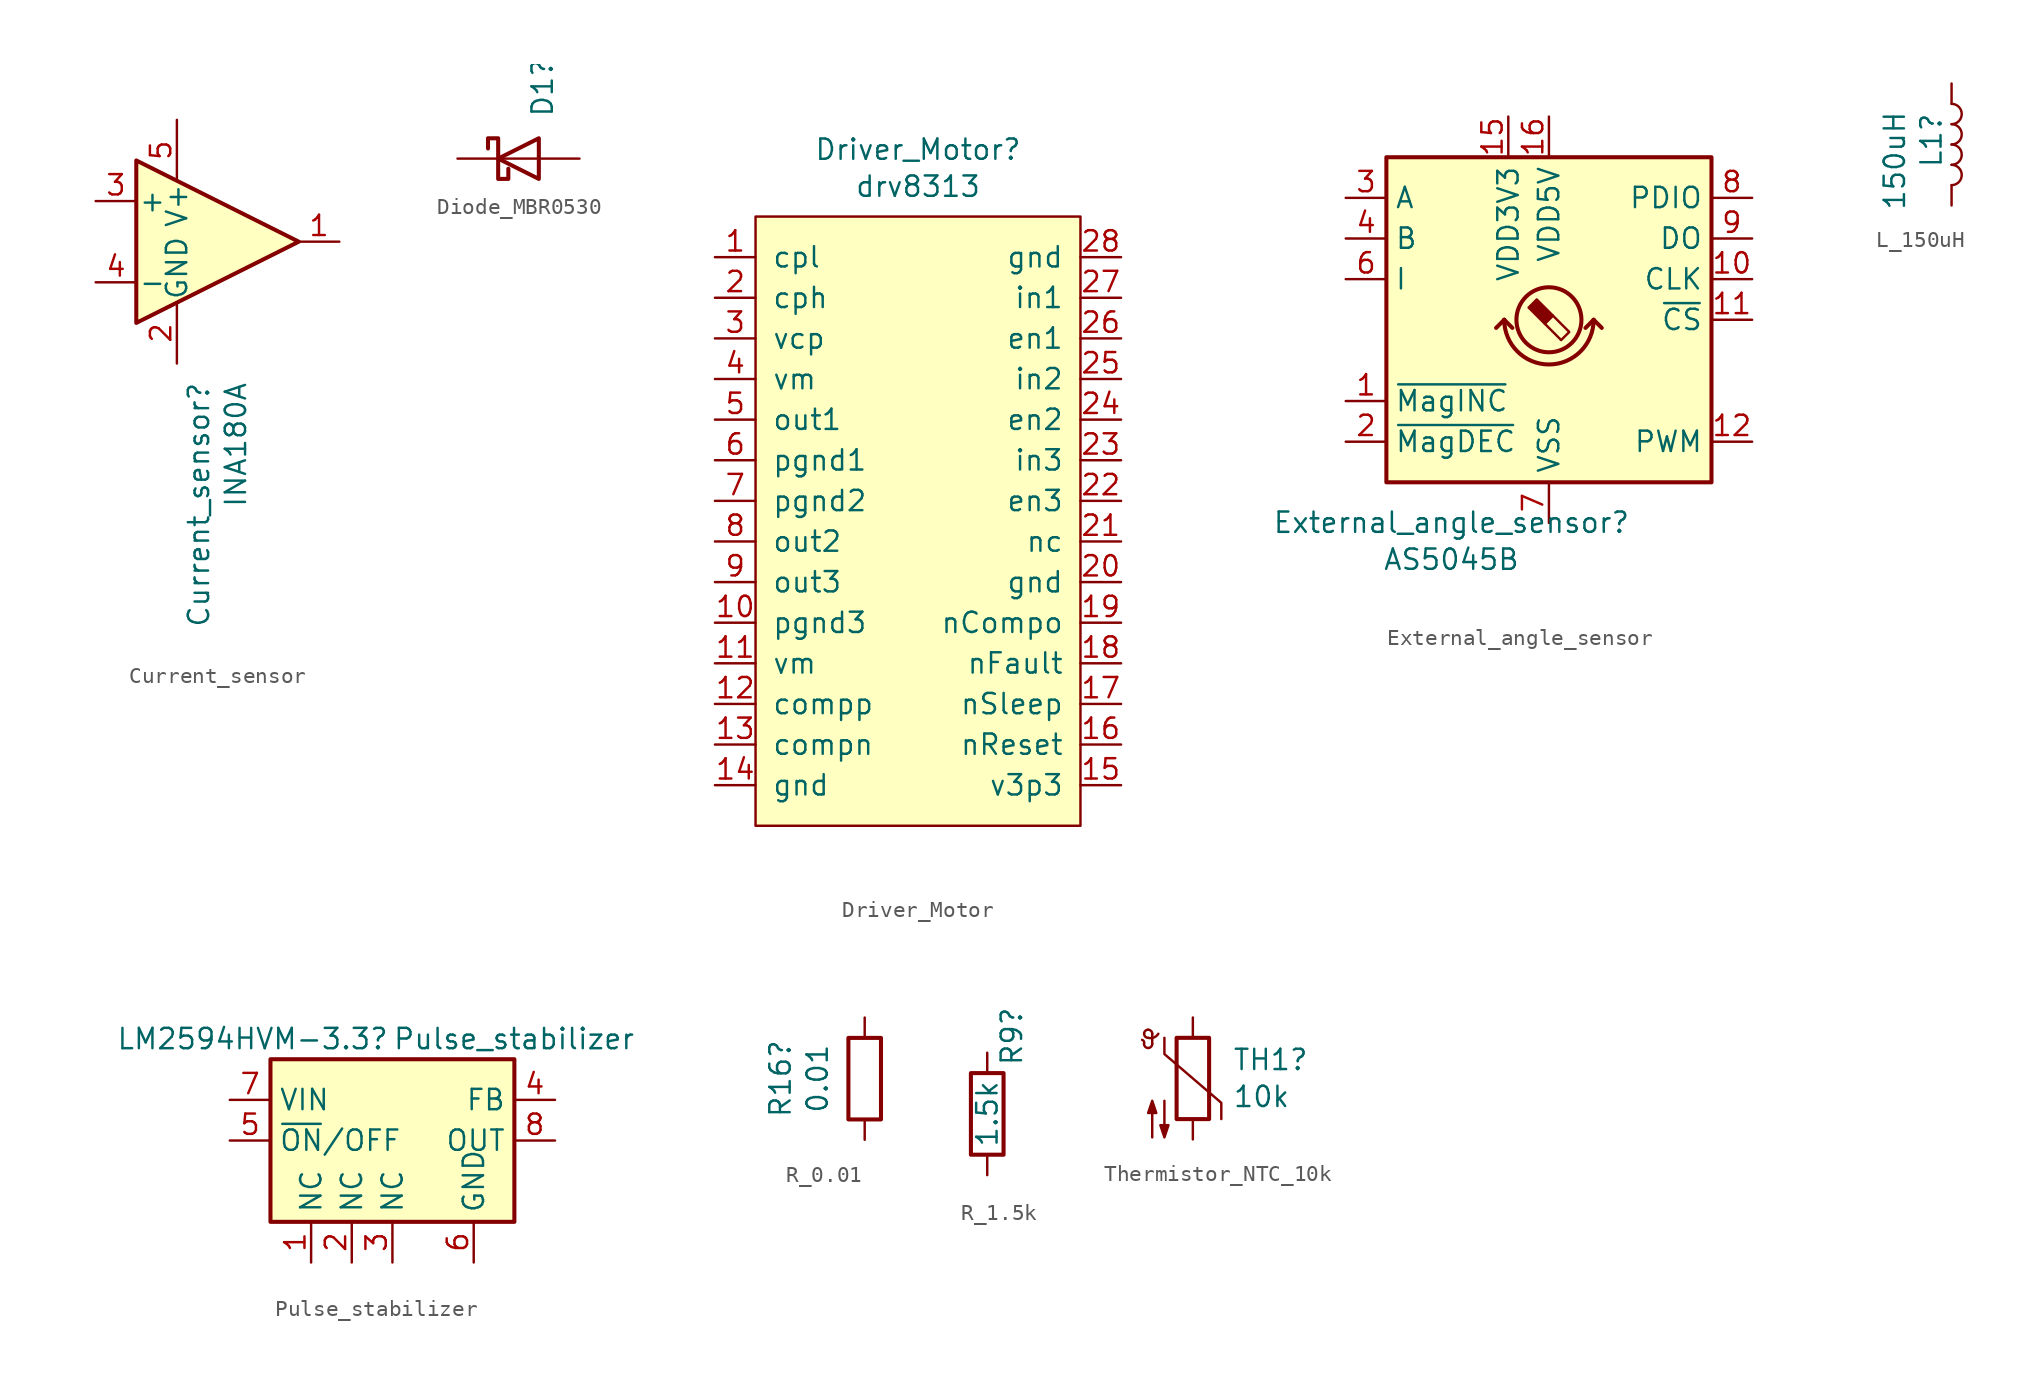
<source format=kicad_sym>
(kicad_symbol_lib
  (version 20231120)
  (generator "kicad_symbol_editor")
  (generator_version "8.0")
  (symbol "Current_sensor"
    (pin_names
      (offset 0.127))
    (property "Reference" "Current_sensor"
      (at -1.168 -8.738 90)
      (effects (font (size 1.27 1.27)) (justify right)))
    (property "Value" "INA180A"
      (at 1.143 -8.738 90)
      (effects (font (size 1.27 1.27)) (justify right)))
    (symbol "Current_sensor_0_1"
      (polyline (pts (xy 5.08 0) (xy -5.08 5.08) (xy -5.08 -5.08) (xy 5.08 0)) (stroke (width 0.254) (type default)) (fill (type background))))
    (symbol "Current_sensor_1_1"
      (pin output line (at 7.62 0 180) (length 2.54) (name "~" (effects (font (size 1.27 1.27)))) (number "1" (effects (font (size 1.27 1.27)))))
      (pin power_in line (at -2.54 -7.62 90) (length 3.81) (name "GND" (effects (font (size 1.27 1.27)))) (number "2" (effects (font (size 1.27 1.27)))))
      (pin input line (at -7.62 2.54 0) (length 2.54) (name "+" (effects (font (size 1.27 1.27)))) (number "3" (effects (font (size 1.27 1.27)))))
      (pin input line (at -7.62 -2.54 0) (length 2.54) (name "-" (effects (font (size 1.27 1.27)))) (number "4" (effects (font (size 1.27 1.27)))))
      (pin power_in line (at -2.54 7.62 270) (length 3.81) (name "V+" (effects (font (size 1.27 1.27)))) (number "5" (effects (font (size 1.27 1.27)))))))
  (symbol "Diode_MBR0530"
    (pin_numbers hide)
    (pin_names
      (offset 1.016) hide)
    (property "Reference" "D1"
      (at 1.499 2.54 90)
      (effects (font (size 1.27 1.27)) (justify left)))
    (symbol "Diode_MBR0530_0_1"
      (polyline (pts (xy 1.27 0) (xy -1.27 0)) (stroke (width 0) (type default)) (fill (type none)))
      (polyline (pts (xy 1.27 1.27) (xy 1.27 -1.27) (xy -1.27 0) (xy 1.27 1.27)) (stroke (width 0.254) (type default)) (fill (type none)))
      (polyline (pts (xy -1.905 0.635) (xy -1.905 1.27) (xy -1.27 1.27) (xy -1.27 -1.27) (xy -0.635 -1.27) (xy -0.635 -0.635)) (stroke (width 0.254) (type default)) (fill (type none))))
    (symbol "Diode_MBR0530_1_1"
      (pin passive line (at -3.81 0 0) (length 2.54) (name "K" (effects (font (size 1.27 1.27)))) (number "1" (effects (font (size 1.27 1.27)))))
      (pin passive line (at 3.81 0 180) (length 2.54) (name "A" (effects (font (size 1.27 1.27)))) (number "2" (effects (font (size 1.27 1.27)))))))
  (symbol "Driver_Motor"
    (pin_names
      (offset 1.016))
    (property "Reference" "Driver_Motor"
      (at -1.27 2.921 0)
      (effects (font (size 1.27 1.27))))
    (property "Value" "drv8313"
      (at -1.27 0.61 0)
      (effects (font (size 1.27 1.27))))
    (symbol "Driver_Motor_0_1"
      (rectangle (start -11.43 -1.27) (end 8.89 -39.37) (stroke (width 0) (type solid)) (fill (type background))))
    (symbol "Driver_Motor_1_1"
      (pin input line (at -13.97 -3.81 0) (length 2.54) (name "cpl" (effects (font (size 1.27 1.27)))) (number "1" (effects (font (size 1.27 1.27)))))
      (pin input line (at -13.97 -26.67 0) (length 2.54) (name "pgnd3" (effects (font (size 1.27 1.27)))) (number "10" (effects (font (size 1.27 1.27)))))
      (pin input line (at -13.97 -29.21 0) (length 2.54) (name "vm" (effects (font (size 1.27 1.27)))) (number "11" (effects (font (size 1.27 1.27)))))
      (pin input line (at -13.97 -31.75 0) (length 2.54) (name "compp" (effects (font (size 1.27 1.27)))) (number "12" (effects (font (size 1.27 1.27)))))
      (pin input line (at -13.97 -34.29 0) (length 2.54) (name "compn" (effects (font (size 1.27 1.27)))) (number "13" (effects (font (size 1.27 1.27)))))
      (pin power_in line (at -13.97 -36.83 0) (length 2.54) (name "gnd" (effects (font (size 1.27 1.27)))) (number "14" (effects (font (size 1.27 1.27)))))
      (pin power_out line (at 11.43 -36.83 180) (length 2.54) (name "v3p3" (effects (font (size 1.27 1.27)))) (number "15" (effects (font (size 1.27 1.27)))))
      (pin input line (at 11.43 -34.29 180) (length 2.54) (name "nReset" (effects (font (size 1.27 1.27)))) (number "16" (effects (font (size 1.27 1.27)))))
      (pin input line (at 11.43 -31.75 180) (length 2.54) (name "nSleep" (effects (font (size 1.27 1.27)))) (number "17" (effects (font (size 1.27 1.27)))))
      (pin output line (at 11.43 -29.21 180) (length 2.54) (name "nFault" (effects (font (size 1.27 1.27)))) (number "18" (effects (font (size 1.27 1.27)))))
      (pin input line (at 11.43 -26.67 180) (length 2.54) (name "nCompo" (effects (font (size 1.27 1.27)))) (number "19" (effects (font (size 1.27 1.27)))))
      (pin input line (at -13.97 -6.35 0) (length 2.54) (name "cph" (effects (font (size 1.27 1.27)))) (number "2" (effects (font (size 1.27 1.27)))))
      (pin power_in line (at 11.43 -24.13 180) (length 2.54) (name "gnd" (effects (font (size 1.27 1.27)))) (number "20" (effects (font (size 1.27 1.27)))))
      (pin input line (at 11.43 -21.59 180) (length 2.54) (name "nc" (effects (font (size 1.27 1.27)))) (number "21" (effects (font (size 1.27 1.27)))))
      (pin input line (at 11.43 -19.05 180) (length 2.54) (name "en3" (effects (font (size 1.27 1.27)))) (number "22" (effects (font (size 1.27 1.27)))))
      (pin input line (at 11.43 -16.51 180) (length 2.54) (name "in3" (effects (font (size 1.27 1.27)))) (number "23" (effects (font (size 1.27 1.27)))))
      (pin input line (at 11.43 -13.97 180) (length 2.54) (name "en2" (effects (font (size 1.27 1.27)))) (number "24" (effects (font (size 1.27 1.27)))))
      (pin input line (at 11.43 -11.43 180) (length 2.54) (name "in2" (effects (font (size 1.27 1.27)))) (number "25" (effects (font (size 1.27 1.27)))))
      (pin input line (at 11.43 -8.89 180) (length 2.54) (name "en1" (effects (font (size 1.27 1.27)))) (number "26" (effects (font (size 1.27 1.27)))))
      (pin input line (at 11.43 -6.35 180) (length 2.54) (name "in1" (effects (font (size 1.27 1.27)))) (number "27" (effects (font (size 1.27 1.27)))))
      (pin power_in line (at 11.43 -3.81 180) (length 2.54) (name "gnd" (effects (font (size 1.27 1.27)))) (number "28" (effects (font (size 1.27 1.27)))))
      (pin input line (at -13.97 -8.89 0) (length 2.54) (name "vcp" (effects (font (size 1.27 1.27)))) (number "3" (effects (font (size 1.27 1.27)))))
      (pin input line (at -13.97 -11.43 0) (length 2.54) (name "vm" (effects (font (size 1.27 1.27)))) (number "4" (effects (font (size 1.27 1.27)))))
      (pin output line (at -13.97 -13.97 0) (length 2.54) (name "out1" (effects (font (size 1.27 1.27)))) (number "5" (effects (font (size 1.27 1.27)))))
      (pin input line (at -13.97 -16.51 0) (length 2.54) (name "pgnd1" (effects (font (size 1.27 1.27)))) (number "6" (effects (font (size 1.27 1.27)))))
      (pin input line (at -13.97 -19.05 0) (length 2.54) (name "pgnd2" (effects (font (size 1.27 1.27)))) (number "7" (effects (font (size 1.27 1.27)))))
      (pin output line (at -13.97 -21.59 0) (length 2.54) (name "out2" (effects (font (size 1.27 1.27)))) (number "8" (effects (font (size 1.27 1.27)))))
      (pin output line (at -13.97 -24.13 0) (length 2.54) (name "out3" (effects (font (size 1.27 1.27)))) (number "9" (effects (font (size 1.27 1.27)))))))
  (symbol "External_angle_sensor"
    (property "Reference" "External_angle_sensor"
      (at -6.096 -12.675 0)
      (effects (font (size 1.27 1.27))))
    (property "Value" "AS5045B"
      (at -6.096 -14.986 0)
      (effects (font (size 1.27 1.27))))
    (symbol "External_angle_sensor_0_1"
      (rectangle (start -10.16 10.16) (end 10.16 -10.16) (stroke (width 0.254) (type default)) (fill (type background)))
      (arc (start -2.794 0) (mid 0 -2.7819) (end 2.794 0) (stroke (width 0.254) (type default)) (fill (type none)))
      (polyline (pts (xy -2.794 0) (xy -3.302 -0.508)) (stroke (width 0.254) (type default)) (fill (type none)))
      (polyline (pts (xy -2.794 0) (xy -2.286 -0.508)) (stroke (width 0.254) (type default)) (fill (type none)))
      (polyline (pts (xy 2.794 0) (xy 2.286 -0.508)) (stroke (width 0.254) (type default)) (fill (type none)))
      (polyline (pts (xy 2.794 0) (xy 3.302 -0.508)) (stroke (width 0.254) (type default)) (fill (type none)))
      (polyline (pts (xy 0.254 0.254) (xy 1.27 -0.762) (xy 0.762 -1.27) (xy -0.254 -0.254)) (stroke (width 0) (type default)) (fill (type none)))
      (polyline (pts (xy -0.762 1.27) (xy 0.254 0.254) (xy -0.254 -0.254) (xy -1.27 0.762) (xy -1.016 1.016) (xy -0.762 1.27) (xy -0.635 1.143)) (stroke (width 0) (type default)) (fill (type outline)))
      (circle (center 0 0) (radius 2.032) (stroke (width 0.254) (type default)) (fill (type none))))
    (symbol "External_angle_sensor_1_1"
      (pin open_collector line (at -12.7 -5.08 0) (length 2.54) (name "~{MagINC}" (effects (font (size 1.27 1.27)))) (number "1" (effects (font (size 1.27 1.27)))))
      (pin input line (at 12.7 2.54 180) (length 2.54) (name "CLK" (effects (font (size 1.27 1.27)))) (number "10" (effects (font (size 1.27 1.27)))))
      (pin input line (at 12.7 0 180) (length 2.54) (name "~{CS}" (effects (font (size 1.27 1.27)))) (number "11" (effects (font (size 1.27 1.27)))))
      (pin output line (at 12.7 -7.62 180) (length 2.54) (name "PWM" (effects (font (size 1.27 1.27)))) (number "12" (effects (font (size 1.27 1.27)))))
      (pin no_connect line (at 10.16 -5.08 180) (length 2.54) hide (name "NC" (effects (font (size 1.27 1.27)))) (number "13" (effects (font (size 1.27 1.27)))))
      (pin no_connect line (at 2.54 -10.16 90) (length 2.54) hide (name "NC" (effects (font (size 1.27 1.27)))) (number "14" (effects (font (size 1.27 1.27)))))
      (pin power_in line (at -2.54 12.7 270) (length 2.54) (name "VDD3V3" (effects (font (size 1.27 1.27)))) (number "15" (effects (font (size 1.27 1.27)))))
      (pin power_in line (at 0 12.7 270) (length 2.54) (name "VDD5V" (effects (font (size 1.27 1.27)))) (number "16" (effects (font (size 1.27 1.27)))))
      (pin open_collector line (at -12.7 -7.62 0) (length 2.54) (name "~{MagDEC}" (effects (font (size 1.27 1.27)))) (number "2" (effects (font (size 1.27 1.27)))))
      (pin output line (at -12.7 7.62 0) (length 2.54) (name "A" (effects (font (size 1.27 1.27)))) (number "3" (effects (font (size 1.27 1.27)))))
      (pin output line (at -12.7 5.08 0) (length 2.54) (name "B" (effects (font (size 1.27 1.27)))) (number "4" (effects (font (size 1.27 1.27)))))
      (pin no_connect line (at 10.16 -2.54 180) (length 2.54) hide (name "NC" (effects (font (size 1.27 1.27)))) (number "5" (effects (font (size 1.27 1.27)))))
      (pin output line (at -12.7 2.54 0) (length 2.54) (name "I" (effects (font (size 1.27 1.27)))) (number "6" (effects (font (size 1.27 1.27)))))
      (pin power_in line (at 0 -12.7 90) (length 2.54) (name "VSS" (effects (font (size 1.27 1.27)))) (number "7" (effects (font (size 1.27 1.27)))))
      (pin input line (at 12.7 7.62 180) (length 2.54) (name "PDIO" (effects (font (size 1.27 1.27)))) (number "8" (effects (font (size 1.27 1.27)))))
      (pin output line (at 12.7 5.08 180) (length 2.54) (name "DO" (effects (font (size 1.27 1.27)))) (number "9" (effects (font (size 1.27 1.27)))))))
  (symbol "L_150uH"
    (pin_numbers hide)
    (pin_names
      (offset 1.016) hide)
    (property "Reference" "L1"
      (at -1.27 0.254 90)
      (effects (font (size 1.27 1.27))))
    (property "Value" "150uH"
      (at -3.556 -1.016 90)
      (effects (font (size 1.27 1.27))))
    (symbol "L_150uH_0_1"
      (arc (start 0 -2.54) (mid 0.6323 -1.905) (end 0 -1.27) (stroke (width 0) (type default)) (fill (type none)))
      (arc (start 0 -1.27) (mid 0.6323 -0.635) (end 0 0) (stroke (width 0) (type default)) (fill (type none)))
      (arc (start 0 0) (mid 0.6323 0.635) (end 0 1.27) (stroke (width 0) (type default)) (fill (type none)))
      (arc (start 0 1.27) (mid 0.6323 1.905) (end 0 2.54) (stroke (width 0) (type default)) (fill (type none))))
    (symbol "L_150uH_1_1"
      (pin passive line (at 0 3.81 270) (length 1.27) (name "1" (effects (font (size 1.27 1.27)))) (number "1" (effects (font (size 1.27 1.27)))))
      (pin passive line (at 0 -3.81 90) (length 1.27) (name "2" (effects (font (size 1.27 1.27)))) (number "2" (effects (font (size 1.27 1.27)))))))
  (symbol "Pulse_stabilizer"
    (property "Reference" "LM2594HVM-3.3"
      (at -17.272 6.35 0)
      (effects (font (size 1.27 1.27)) (justify left)))
    (property "Value" "Pulse_stabilizer"
      (at 0 6.35 0)
      (effects (font (size 1.27 1.27)) (justify left)))
    (symbol "Pulse_stabilizer_0_1"
      (rectangle (start -7.62 5.08) (end 7.62 -5.08) (stroke (width 0.254) (type default)) (fill (type background))))
    (symbol "Pulse_stabilizer_1_1"
      (pin passive line (at -5.08 -7.62 90) (length 2.54) (name "NC" (effects (font (size 1.27 1.27)))) (number "1" (effects (font (size 1.27 1.27)))))
      (pin passive line (at -2.54 -7.62 90) (length 2.54) (name "NC" (effects (font (size 1.27 1.27)))) (number "2" (effects (font (size 1.27 1.27)))))
      (pin passive line (at 0 -7.62 90) (length 2.54) (name "NC" (effects (font (size 1.27 1.27)))) (number "3" (effects (font (size 1.27 1.27)))))
      (pin input line (at 10.16 2.54 180) (length 2.54) (name "FB" (effects (font (size 1.27 1.27)))) (number "4" (effects (font (size 1.27 1.27)))))
      (pin input line (at -10.16 0 0) (length 2.54) (name "~{ON}/OFF" (effects (font (size 1.27 1.27)))) (number "5" (effects (font (size 1.27 1.27)))))
      (pin power_in line (at 5.08 -7.62 90) (length 2.54) (name "GND" (effects (font (size 1.27 1.27)))) (number "6" (effects (font (size 1.27 1.27)))))
      (pin power_in line (at -10.16 2.54 0) (length 2.54) (name "VIN" (effects (font (size 1.27 1.27)))) (number "7" (effects (font (size 1.27 1.27)))))
      (pin output line (at 10.16 0 180) (length 2.54) (name "OUT" (effects (font (size 1.27 1.27)))) (number "8" (effects (font (size 1.27 1.27)))))))
  (symbol "R_0.01"
    (pin_numbers hide)
    (pin_names
      (offset 0))
    (property "Reference" "R16"
      (at -5.258 0 90)
      (effects (font (size 1.27 1.27))))
    (property "Value" "0.01"
      (at -2.946 0 90)
      (effects (font (size 1.27 1.27))))
    (symbol "R_0.01_0_1"
      (rectangle (start -1.016 -2.54) (end 1.016 2.54) (stroke (width 0.254) (type default)) (fill (type none))))
    (symbol "R_0.01_1_1"
      (pin passive line (at 0 3.81 270) (length 1.27) (name "~" (effects (font (size 1.27 1.27)))) (number "1" (effects (font (size 1.27 1.27)))))
      (pin passive line (at 0 -3.81 90) (length 1.27) (name "~" (effects (font (size 1.27 1.27)))) (number "2" (effects (font (size 1.27 1.27)))))))
  (symbol "R_1.5k"
    (pin_numbers hide)
    (pin_names
      (offset 0))
    (property "Reference" "R9"
      (at 1.524 4.826 90)
      (effects (font (size 1.27 1.27))))
    (property "Value" "1.5k"
      (at 0 0 90)
      (effects (font (size 1.27 1.27))))
    (symbol "R_1.5k_0_1"
      (rectangle (start -1.016 2.54) (end 1.016 -2.54) (stroke (width 0.254) (type default)) (fill (type none))))
    (symbol "R_1.5k_1_1"
      (pin passive line (at 0 3.81 270) (length 1.27) (name "~" (effects (font (size 1.27 1.27)))) (number "1" (effects (font (size 1.27 1.27)))))
      (pin passive line (at 0 -3.81 90) (length 1.27) (name "~" (effects (font (size 1.27 1.27)))) (number "2" (effects (font (size 1.27 1.27)))))))
  (symbol "Thermistor_NTC_10k"
    (pin_numbers hide)
    (pin_names
      (offset 0))
    (property "Reference" "TH1"
      (at 2.464 1.168 0)
      (effects (font (size 1.27 1.27)) (justify left)))
    (property "Value" "10k"
      (at 2.464 -1.143 0)
      (effects (font (size 1.27 1.27)) (justify left)))
    (symbol "Thermistor_NTC_10k_0_1"
      (arc (start -3.048 2.159) (mid -3.0495 2.3143) (end -3.175 2.413) (stroke (width 0) (type default)) (fill (type none)))
      (arc (start -3.048 2.159) (mid -2.9736 1.9794) (end -2.794 1.905) (stroke (width 0) (type default)) (fill (type none)))
      (arc (start -3.048 2.794) (mid -2.9736 2.6144) (end -2.794 2.54) (stroke (width 0) (type default)) (fill (type none)))
      (arc (start -2.794 1.905) (mid -2.6144 1.9794) (end -2.54 2.159) (stroke (width 0) (type default)) (fill (type none)))
      (arc (start -2.794 2.54) (mid -2.4393 2.5587) (end -2.159 2.794) (stroke (width 0) (type default)) (fill (type none)))
      (arc (start -2.794 3.048) (mid -2.9736 2.9736) (end -3.048 2.794) (stroke (width 0) (type default)) (fill (type none)))
      (arc (start -2.54 2.794) (mid -2.6144 2.9736) (end -2.794 3.048) (stroke (width 0) (type default)) (fill (type none)))
      (rectangle (start -1.016 2.54) (end 1.016 -2.54) (stroke (width 0.254) (type default)) (fill (type none)))
      (polyline (pts (xy -2.54 2.159) (xy -2.54 2.794)) (stroke (width 0) (type default)) (fill (type none)))
      (polyline (pts (xy -1.778 2.54) (xy -1.778 1.524) (xy 1.778 -1.524) (xy 1.778 -2.54)) (stroke (width 0) (type default)) (fill (type none)))
      (polyline (pts (xy -2.54 -3.683) (xy -2.54 -1.397) (xy -2.794 -2.159) (xy -2.286 -2.159) (xy -2.54 -1.397) (xy -2.54 -1.651)) (stroke (width 0) (type default)) (fill (type outline)))
      (polyline (pts (xy -1.778 -1.397) (xy -1.778 -3.683) (xy -2.032 -2.921) (xy -1.524 -2.921) (xy -1.778 -3.683) (xy -1.778 -3.429)) (stroke (width 0) (type default)) (fill (type outline))))
    (symbol "Thermistor_NTC_10k_1_1"
      (pin passive line (at 0 3.81 270) (length 1.27) (name "~" (effects (font (size 1.27 1.27)))) (number "1" (effects (font (size 1.27 1.27)))))
      (pin passive line (at 0 -3.81 90) (length 1.27) (name "~" (effects (font (size 1.27 1.27)))) (number "2" (effects (font (size 1.27 1.27))))))))
</source>
